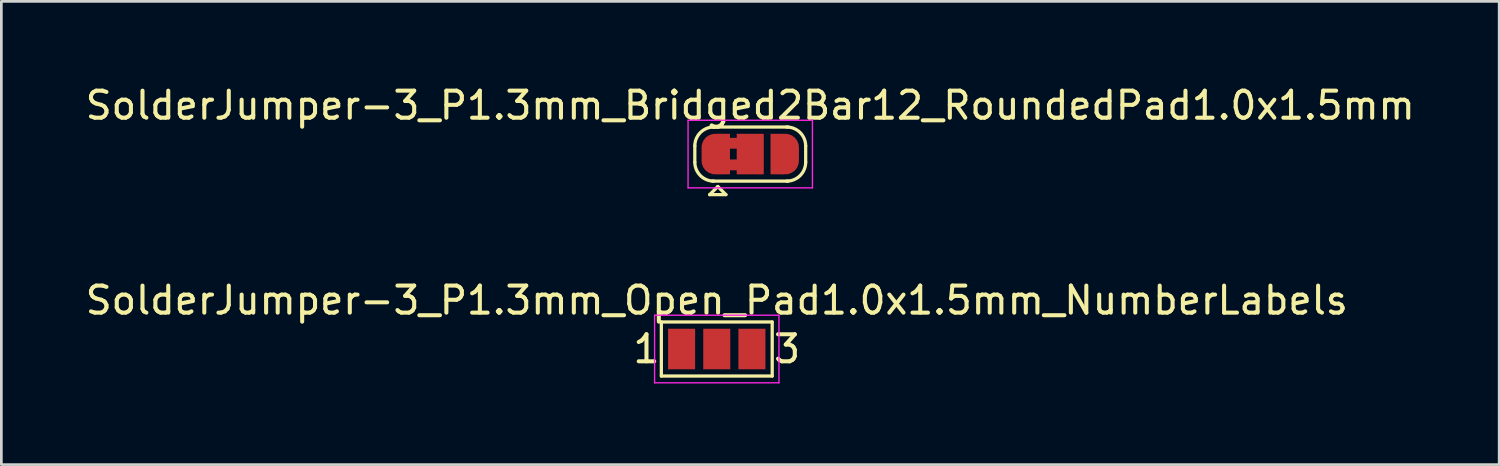
<source format=kicad_pcb>
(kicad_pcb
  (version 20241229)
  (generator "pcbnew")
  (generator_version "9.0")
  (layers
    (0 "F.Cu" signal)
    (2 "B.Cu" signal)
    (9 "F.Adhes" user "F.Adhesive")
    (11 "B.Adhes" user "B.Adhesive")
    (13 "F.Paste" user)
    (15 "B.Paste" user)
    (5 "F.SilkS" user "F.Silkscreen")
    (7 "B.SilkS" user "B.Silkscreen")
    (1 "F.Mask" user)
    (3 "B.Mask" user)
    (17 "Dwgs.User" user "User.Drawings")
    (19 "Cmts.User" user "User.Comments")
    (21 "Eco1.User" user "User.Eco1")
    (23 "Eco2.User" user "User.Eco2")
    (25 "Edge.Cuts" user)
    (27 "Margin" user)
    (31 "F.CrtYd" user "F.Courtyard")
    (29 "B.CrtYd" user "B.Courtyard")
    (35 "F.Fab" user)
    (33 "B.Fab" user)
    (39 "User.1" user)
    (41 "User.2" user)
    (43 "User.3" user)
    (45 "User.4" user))
  (footprint "SolderJumper-3_P1.3mm_Bridged2Bar12_RoundedPad1.0x1.5mm"
    (layer "F.Cu")
    (at 24.696 2.648)
    (property "Reference" "SolderJumper-3_P1.3mm_Bridged2Bar12_RoundedPad1.0x1.5mm" (at 0 -1.8 0) (layer "F.SilkS") (effects (font (size 1 1) (thickness 0.15))))
    (attr exclude_from_pos_files exclude_from_bom)
    (fp_line (start -2.05 0.3) (end -2.05 -0.3) (stroke (width 0.12) (type solid)) (layer "F.SilkS"))
    (fp_line (start -1.5 1.5) (end -0.9 1.5) (stroke (width 0.12) (type solid)) (layer "F.SilkS"))
    (fp_line (start -1.4 -1) (end 1.4 -1) (stroke (width 0.12) (type solid)) (layer "F.SilkS"))
    (fp_line (start -1.2 1.2) (end -1.5 1.5) (stroke (width 0.12) (type solid)) (layer "F.SilkS"))
    (fp_line (start -1.2 1.2) (end -0.9 1.5) (stroke (width 0.12) (type solid)) (layer "F.SilkS"))
    (fp_line (start 1.4 1) (end -1.4 1) (stroke (width 0.12) (type solid)) (layer "F.SilkS"))
    (fp_line (start 2.05 -0.3) (end 2.05 0.3) (stroke (width 0.12) (type solid)) (layer "F.SilkS"))
    (fp_arc (start -2.05 -0.3) (mid -1.844975 -0.794975) (end -1.35 -1) (stroke (width 0.12) (type solid)) (layer "F.SilkS"))
    (fp_arc (start -1.35 1) (mid -1.844975 0.794975) (end -2.05 0.3) (stroke (width 0.12) (type solid)) (layer "F.SilkS"))
    (fp_arc (start 1.35 -1) (mid 1.844975 -0.794975) (end 2.05 -0.3) (stroke (width 0.12) (type solid)) (layer "F.SilkS"))
    (fp_arc (start 2.05 0.3) (mid 1.844975 0.794975) (end 1.35 1) (stroke (width 0.12) (type solid)) (layer "F.SilkS"))
    (fp_line (start -2.3 -1.25) (end -2.3 1.25) (stroke (width 0.05) (type solid)) (layer "F.CrtYd"))
    (fp_line (start -2.3 -1.25) (end 2.3 -1.25) (stroke (width 0.05) (type solid)) (layer "F.CrtYd"))
    (fp_line (start 2.3 1.25) (end -2.3 1.25) (stroke (width 0.05) (type solid)) (layer "F.CrtYd"))
    (fp_line (start 2.3 1.25) (end 2.3 -1.25) (stroke (width 0.05) (type solid)) (layer "F.CrtYd"))
    (pad "1" smd roundrect (at -1.3 0) (size 1 1.5) (layers "F.Cu" "F.Mask") (roundrect_rratio 0.5))
    (pad "1" smd rect (at -1 0) (size 0.5 1.5) (layers "F.Cu" "F.Mask"))
    (pad "1" smd rect (at -0.65 -0.4) (size 0.5 0.4) (layers "F.Cu" "F.Mask"))
    (pad "1" smd rect (at -0.65 0.4) (size 0.5 0.4) (layers "F.Cu" "F.Mask"))
    (pad "2" smd rect (at 0 0) (size 1 1.5) (layers "F.Cu" "F.Mask"))
    (pad "3" smd rect (at 1 0) (size 0.5 1.5) (layers "F.Cu" "F.Mask"))
    (pad "3" smd roundrect (at 1.3 0) (size 1 1.5) (layers "F.Cu" "F.Mask") (roundrect_rratio 0.5)))
  (footprint "SolderJumper-3_P1.3mm_Open_Pad1.0x1.5mm_NumberLabels"
    (layer "F.Cu")
    (at 23.458 9.857)
    (property "Reference" "SolderJumper-3_P1.3mm_Open_Pad1.0x1.5mm_NumberLabels" (at 0 -1.8 0) (layer "F.SilkS") (effects (font (size 1 1) (thickness 0.15))))
    (attr exclude_from_pos_files exclude_from_bom)
    (fp_line (start -2.05 -1) (end 2.05 -1) (stroke (width 0.12) (type solid)) (layer "F.SilkS"))
    (fp_line (start -2.05 1) (end -2.05 -1) (stroke (width 0.12) (type solid)) (layer "F.SilkS"))
    (fp_line (start 2.05 -1) (end 2.05 1) (stroke (width 0.12) (type solid)) (layer "F.SilkS"))
    (fp_line (start 2.05 1) (end -2.05 1) (stroke (width 0.12) (type solid)) (layer "F.SilkS"))
    (fp_line (start -2.3 -1.25) (end -2.3 1.25) (stroke (width 0.05) (type solid)) (layer "F.CrtYd"))
    (fp_line (start -2.3 -1.25) (end 2.3 -1.25) (stroke (width 0.05) (type solid)) (layer "F.CrtYd"))
    (fp_line (start 2.3 1.25) (end -2.3 1.25) (stroke (width 0.05) (type solid)) (layer "F.CrtYd"))
    (fp_line (start 2.3 1.25) (end 2.3 -1.25) (stroke (width 0.05) (type solid)) (layer "F.CrtYd"))
    (fp_text user "3" (at 2.6 0 0) (layer "F.SilkS") (effects (font (size 1 1) (thickness 0.15))))
    (fp_text user "1" (at -2.6 0 0) (layer "F.SilkS") (effects (font (size 1 1) (thickness 0.15))))
    (pad "1" smd rect (at -1.3 0) (size 1 1.5) (layers "F.Cu" "F.Mask"))
    (pad "2" smd rect (at 0 0) (size 1 1.5) (layers "F.Cu" "F.Mask"))
    (pad "3" smd rect (at 1.3 0) (size 1 1.5) (layers "F.Cu" "F.Mask")))
  (gr_rect
    (start -3 -3)
    (end 52.393 14.132)
    (stroke (width 0.1) (type default))
    (fill no)
    (layer "Edge.Cuts")))
</source>
